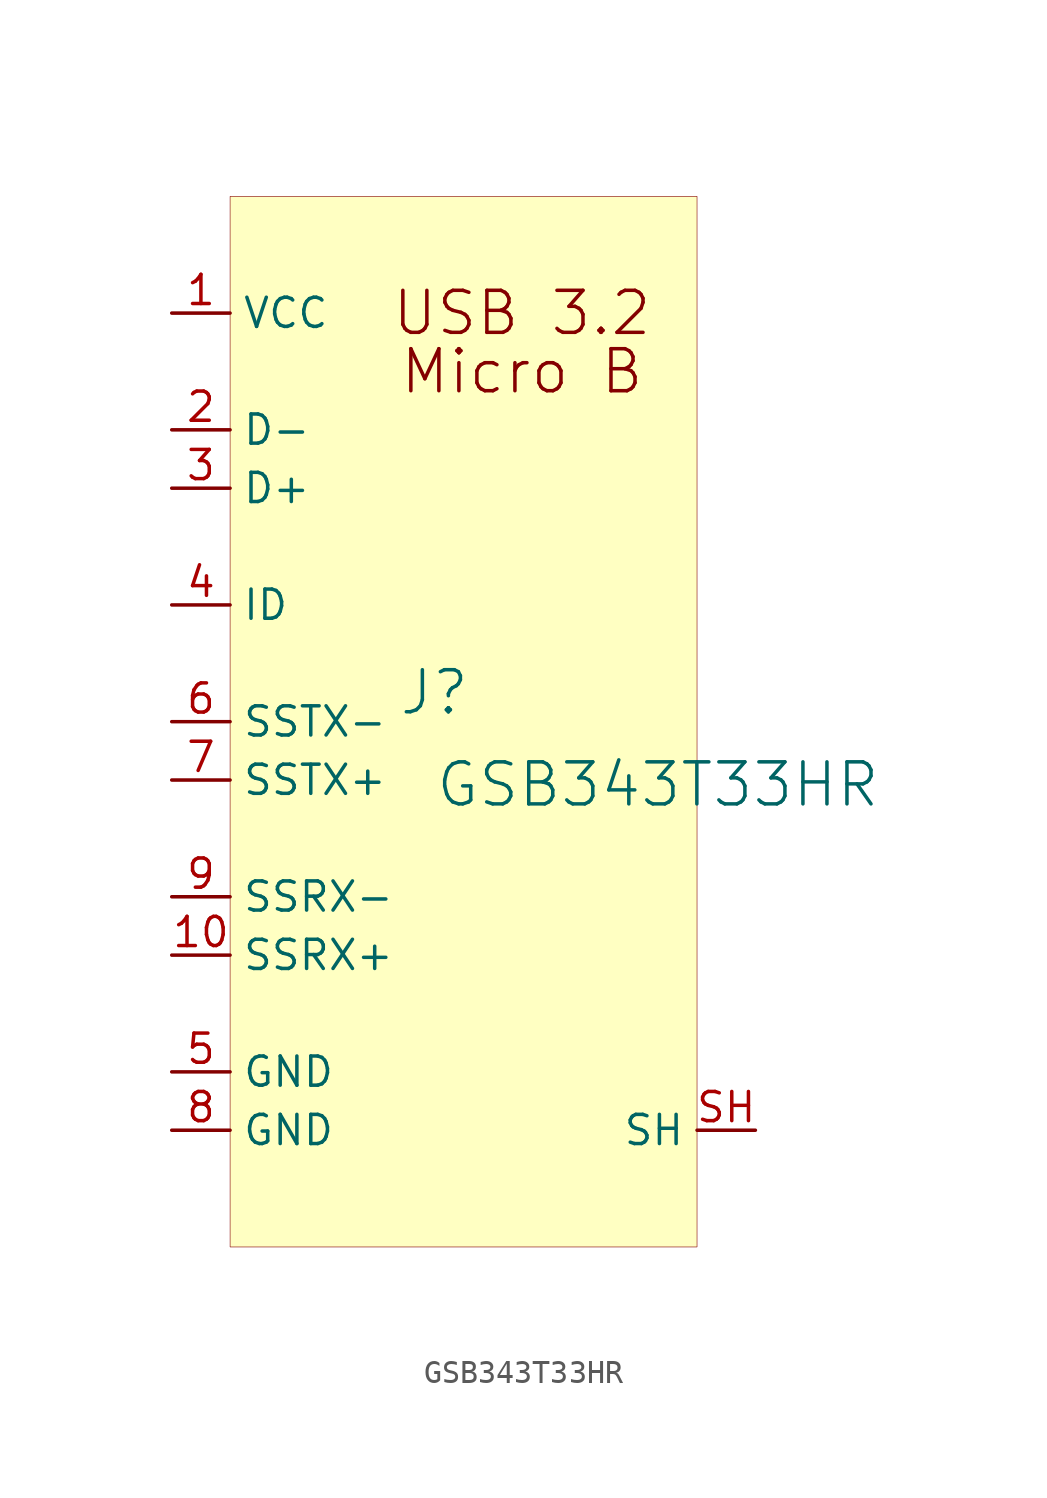
<source format=kicad_sym>
(kicad_symbol_lib
  (version 20231120)
  (generator "kicad_symbol_editor")
  (generator_version "8.0")
  (symbol "GSB343T33HR"
    (property "Reference" "J"
      (at -1.27 1.27 0)
      (effects (font (size 1.829 1.829))))
    (property "Value" "GSB343T33HR"
      (at -1.27 -3.81 0)
      (effects (font (size 1.829 1.829)) (justify left bottom)))
    (symbol "GSB343T33HR_1_0"
      (rectangle (start -10.16 22.86) (end 10.16 -22.86) (stroke (width 0.025) (type solid)) (fill (type background)))
      (text "Micro B" (at 2.54 15.24 0) (effects (font (size 1.829 1.829))))
      (text "USB 3.2" (at 2.54 17.78 0) (effects (font (size 1.829 1.829))))
      (pin power_in line (at -12.7 17.78 0) (length 2.54) (name "VCC" (effects (font (size 1.27 1.27)))) (number "1" (effects (font (size 1.27 1.27)))))
      (pin bidirectional line (at -12.7 -10.16 0) (length 2.54) (name "SSRX+" (effects (font (size 1.27 1.27)))) (number "10" (effects (font (size 1.27 1.27)))))
      (pin power_in line (at -12.7 12.7 0) (length 2.54) (name "D-" (effects (font (size 1.27 1.27)))) (number "2" (effects (font (size 1.27 1.27)))))
      (pin power_in line (at -12.7 10.16 0) (length 2.54) (name "D+" (effects (font (size 1.27 1.27)))) (number "3" (effects (font (size 1.27 1.27)))))
      (pin passive line (at -12.7 5.08 0) (length 2.54) (name "ID" (effects (font (size 1.27 1.27)))) (number "4" (effects (font (size 1.27 1.27)))))
      (pin power_in line (at -12.7 -15.24 0) (length 2.54) (name "GND" (effects (font (size 1.27 1.27)))) (number "5" (effects (font (size 1.27 1.27)))))
      (pin bidirectional line (at -12.7 0 0) (length 2.54) (name "SSTX-" (effects (font (size 1.27 1.27)))) (number "6" (effects (font (size 1.27 1.27)))))
      (pin bidirectional line (at -12.7 -2.54 0) (length 2.54) (name "SSTX+" (effects (font (size 1.27 1.27)))) (number "7" (effects (font (size 1.27 1.27)))))
      (pin power_in line (at -12.7 -17.78 0) (length 2.54) (name "GND" (effects (font (size 1.27 1.27)))) (number "8" (effects (font (size 1.27 1.27)))))
      (pin bidirectional line (at -12.7 -7.62 0) (length 2.54) (name "SSRX-" (effects (font (size 1.27 1.27)))) (number "9" (effects (font (size 1.27 1.27)))))
      (pin passive line (at 12.7 -17.78 180) (length 2.54) (name "SH" (effects (font (size 1.27 1.27)))) (number "SH" (effects (font (size 1.27 1.27))))))))
</source>
